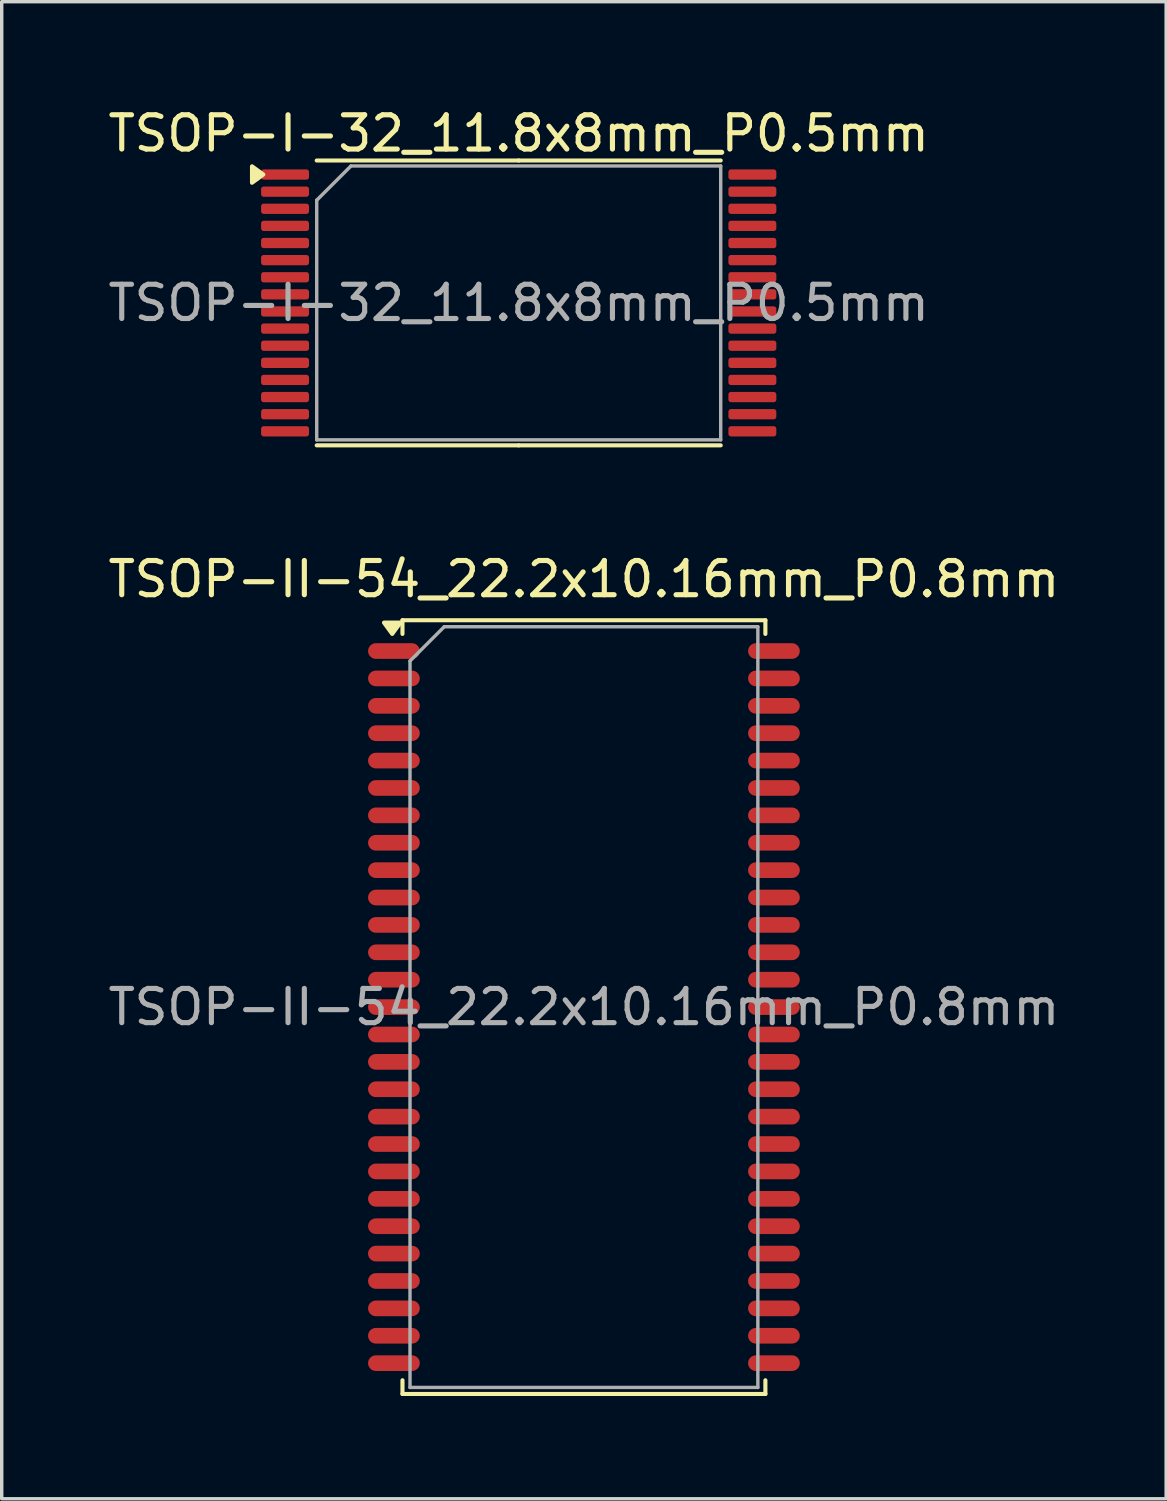
<source format=kicad_pcb>
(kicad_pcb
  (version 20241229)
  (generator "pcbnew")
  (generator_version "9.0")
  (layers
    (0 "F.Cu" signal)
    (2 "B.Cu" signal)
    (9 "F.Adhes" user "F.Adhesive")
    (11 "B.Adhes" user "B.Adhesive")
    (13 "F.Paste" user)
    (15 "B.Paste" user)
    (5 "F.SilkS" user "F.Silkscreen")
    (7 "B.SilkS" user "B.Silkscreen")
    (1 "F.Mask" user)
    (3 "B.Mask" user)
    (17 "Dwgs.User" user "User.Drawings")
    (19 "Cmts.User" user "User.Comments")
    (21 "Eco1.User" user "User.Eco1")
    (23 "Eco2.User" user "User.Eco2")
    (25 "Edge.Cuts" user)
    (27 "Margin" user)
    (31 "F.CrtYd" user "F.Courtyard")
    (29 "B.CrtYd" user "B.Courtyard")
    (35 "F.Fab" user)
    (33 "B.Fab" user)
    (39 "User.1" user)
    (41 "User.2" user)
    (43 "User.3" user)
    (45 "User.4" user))
  (footprint "TSOP-II-54_22.2x10.16mm_P0.8mm"
    (layer "F.Cu")
    (at 14.006 26.366)
    (property "Reference" "TSOP-II-54_22.2x10.16mm_P0.8mm" (at 0 -12.5 0) (layer "F.SilkS") (effects (font (size 1 1) (thickness 0.15))))
    (attr smd)
    (fp_line (start -5.3 -11.3) (end 5.3 -11.3) (stroke (width 0.12) (type solid)) (layer "F.SilkS"))
    (fp_line (start -5.3 -10.9) (end -5.3 -11.3) (stroke (width 0.12) (type solid)) (layer "F.SilkS"))
    (fp_line (start -5.3 10.9) (end -5.3 11.3) (stroke (width 0.12) (type solid)) (layer "F.SilkS"))
    (fp_line (start -5.3 11.3) (end 5.3 11.3) (stroke (width 0.12) (type solid)) (layer "F.SilkS"))
    (fp_line (start 5.3 -11.3) (end 5.3 -10.9) (stroke (width 0.12) (type solid)) (layer "F.SilkS"))
    (fp_line (start 5.3 10.9) (end 5.3 11.3) (stroke (width 0.12) (type solid)) (layer "F.SilkS"))
    (fp_poly (pts (xy -5.6 -10.9) (xy -5.84 -11.23) (xy -5.36 -11.23) (xy -5.6 -10.9)) (stroke (width 0.12) (type solid)) (fill yes) (layer "F.SilkS"))
    (fp_line (start -5.08 11.11) (end -5.08 -10.11) (stroke (width 0.1) (type solid)) (layer "F.Fab"))
    (fp_line (start -4.08 -11.11) (end -5.08 -10.11) (stroke (width 0.1) (type solid)) (layer "F.Fab"))
    (fp_line (start -4.08 -11.11) (end 5.08 -11.11) (stroke (width 0.1) (type solid)) (layer "F.Fab"))
    (fp_line (start 5.08 -11.11) (end 5.08 11.11) (stroke (width 0.1) (type solid)) (layer "F.Fab"))
    (fp_line (start 5.08 11.11) (end -5.08 11.11) (stroke (width 0.1) (type solid)) (layer "F.Fab"))
    (fp_text user "${REFERENCE}" (at 0 0 0) (layer "F.Fab") (effects (font (size 1 1) (thickness 0.15))))
    (pad "1" smd oval (at -5.55 -10.4) (size 1.51 0.458) (layers "F.Cu" "F.Mask" "F.Paste"))
    (pad "2" smd oval (at -5.55 -9.6) (size 1.51 0.458) (layers "F.Cu" "F.Mask" "F.Paste"))
    (pad "3" smd oval (at -5.55 -8.8) (size 1.51 0.458) (layers "F.Cu" "F.Mask" "F.Paste"))
    (pad "4" smd oval (at -5.55 -8) (size 1.51 0.458) (layers "F.Cu" "F.Mask" "F.Paste"))
    (pad "5" smd oval (at -5.55 -7.2) (size 1.51 0.458) (layers "F.Cu" "F.Mask" "F.Paste"))
    (pad "6" smd oval (at -5.55 -6.4) (size 1.51 0.458) (layers "F.Cu" "F.Mask" "F.Paste"))
    (pad "7" smd oval (at -5.55 -5.6) (size 1.51 0.458) (layers "F.Cu" "F.Mask" "F.Paste"))
    (pad "8" smd oval (at -5.55 -4.8) (size 1.51 0.458) (layers "F.Cu" "F.Mask" "F.Paste"))
    (pad "9" smd oval (at -5.55 -4) (size 1.51 0.458) (layers "F.Cu" "F.Mask" "F.Paste"))
    (pad "10" smd oval (at -5.55 -3.2) (size 1.51 0.458) (layers "F.Cu" "F.Mask" "F.Paste"))
    (pad "11" smd oval (at -5.55 -2.4) (size 1.51 0.458) (layers "F.Cu" "F.Mask" "F.Paste"))
    (pad "12" smd oval (at -5.55 -1.6) (size 1.51 0.458) (layers "F.Cu" "F.Mask" "F.Paste"))
    (pad "13" smd oval (at -5.55 -0.8) (size 1.51 0.458) (layers "F.Cu" "F.Mask" "F.Paste"))
    (pad "14" smd oval (at -5.55 0) (size 1.51 0.458) (layers "F.Cu" "F.Mask" "F.Paste"))
    (pad "15" smd oval (at -5.55 0.8) (size 1.51 0.458) (layers "F.Cu" "F.Mask" "F.Paste"))
    (pad "16" smd oval (at -5.55 1.6) (size 1.51 0.458) (layers "F.Cu" "F.Mask" "F.Paste"))
    (pad "17" smd oval (at -5.55 2.4) (size 1.51 0.458) (layers "F.Cu" "F.Mask" "F.Paste"))
    (pad "18" smd oval (at -5.55 3.2) (size 1.51 0.458) (layers "F.Cu" "F.Mask" "F.Paste"))
    (pad "19" smd oval (at -5.55 4) (size 1.51 0.458) (layers "F.Cu" "F.Mask" "F.Paste"))
    (pad "20" smd oval (at -5.55 4.8) (size 1.51 0.458) (layers "F.Cu" "F.Mask" "F.Paste"))
    (pad "21" smd oval (at -5.55 5.6) (size 1.51 0.458) (layers "F.Cu" "F.Mask" "F.Paste"))
    (pad "22" smd oval (at -5.55 6.4) (size 1.51 0.458) (layers "F.Cu" "F.Mask" "F.Paste"))
    (pad "23" smd oval (at -5.55 7.2) (size 1.51 0.458) (layers "F.Cu" "F.Mask" "F.Paste"))
    (pad "24" smd oval (at -5.55 8) (size 1.51 0.458) (layers "F.Cu" "F.Mask" "F.Paste"))
    (pad "25" smd oval (at -5.55 8.8) (size 1.51 0.458) (layers "F.Cu" "F.Mask" "F.Paste"))
    (pad "26" smd oval (at -5.55 9.6) (size 1.51 0.458) (layers "F.Cu" "F.Mask" "F.Paste"))
    (pad "27" smd oval (at -5.55 10.4) (size 1.51 0.458) (layers "F.Cu" "F.Mask" "F.Paste"))
    (pad "28" smd oval (at 5.55 10.4) (size 1.51 0.458) (layers "F.Cu" "F.Mask" "F.Paste"))
    (pad "29" smd oval (at 5.55 9.6) (size 1.51 0.458) (layers "F.Cu" "F.Mask" "F.Paste"))
    (pad "30" smd oval (at 5.55 8.8) (size 1.51 0.458) (layers "F.Cu" "F.Mask" "F.Paste"))
    (pad "31" smd oval (at 5.55 8) (size 1.51 0.458) (layers "F.Cu" "F.Mask" "F.Paste"))
    (pad "32" smd oval (at 5.55 7.2) (size 1.51 0.458) (layers "F.Cu" "F.Mask" "F.Paste"))
    (pad "33" smd oval (at 5.55 6.4) (size 1.51 0.458) (layers "F.Cu" "F.Mask" "F.Paste"))
    (pad "34" smd oval (at 5.55 5.6) (size 1.51 0.458) (layers "F.Cu" "F.Mask" "F.Paste"))
    (pad "35" smd oval (at 5.55 4.8) (size 1.51 0.458) (layers "F.Cu" "F.Mask" "F.Paste"))
    (pad "36" smd oval (at 5.55 4) (size 1.51 0.458) (layers "F.Cu" "F.Mask" "F.Paste"))
    (pad "37" smd oval (at 5.55 3.2) (size 1.51 0.458) (layers "F.Cu" "F.Mask" "F.Paste"))
    (pad "38" smd oval (at 5.55 2.4) (size 1.51 0.458) (layers "F.Cu" "F.Mask" "F.Paste"))
    (pad "39" smd oval (at 5.55 1.6) (size 1.51 0.458) (layers "F.Cu" "F.Mask" "F.Paste"))
    (pad "40" smd oval (at 5.55 0.8) (size 1.51 0.458) (layers "F.Cu" "F.Mask" "F.Paste"))
    (pad "41" smd oval (at 5.55 0) (size 1.51 0.458) (layers "F.Cu" "F.Mask" "F.Paste"))
    (pad "42" smd oval (at 5.55 -0.8) (size 1.51 0.458) (layers "F.Cu" "F.Mask" "F.Paste"))
    (pad "43" smd oval (at 5.55 -1.6) (size 1.51 0.458) (layers "F.Cu" "F.Mask" "F.Paste"))
    (pad "44" smd oval (at 5.55 -2.4) (size 1.51 0.458) (layers "F.Cu" "F.Mask" "F.Paste"))
    (pad "45" smd oval (at 5.55 -3.2) (size 1.51 0.458) (layers "F.Cu" "F.Mask" "F.Paste"))
    (pad "46" smd oval (at 5.55 -4) (size 1.51 0.458) (layers "F.Cu" "F.Mask" "F.Paste"))
    (pad "47" smd oval (at 5.55 -4.8) (size 1.51 0.458) (layers "F.Cu" "F.Mask" "F.Paste"))
    (pad "48" smd oval (at 5.55 -5.6) (size 1.51 0.458) (layers "F.Cu" "F.Mask" "F.Paste"))
    (pad "49" smd oval (at 5.55 -6.4) (size 1.51 0.458) (layers "F.Cu" "F.Mask" "F.Paste"))
    (pad "50" smd oval (at 5.55 -7.2) (size 1.51 0.458) (layers "F.Cu" "F.Mask" "F.Paste"))
    (pad "51" smd oval (at 5.55 -8) (size 1.51 0.458) (layers "F.Cu" "F.Mask" "F.Paste"))
    (pad "52" smd oval (at 5.55 -8.8) (size 1.51 0.458) (layers "F.Cu" "F.Mask" "F.Paste"))
    (pad "53" smd oval (at 5.55 -9.6) (size 1.51 0.458) (layers "F.Cu" "F.Mask" "F.Paste"))
    (pad "54" smd oval (at 5.55 -10.4) (size 1.51 0.458) (layers "F.Cu" "F.Mask" "F.Paste")))
  (footprint "TSOP-I-32_11.8x8mm_P0.5mm"
    (layer "F.Cu")
    (at 12.101 5.798)
    (property "Reference" "TSOP-I-32_11.8x8mm_P0.5mm" (at 0 -4.95 0) (layer "F.SilkS") (effects (font (size 1 1) (thickness 0.15))))
    (attr smd)
    (fp_line (start 0 -4.16) (end -5.9 -4.16) (stroke (width 0.12) (type solid)) (layer "F.SilkS"))
    (fp_line (start 0 -4.16) (end 5.9 -4.16) (stroke (width 0.12) (type solid)) (layer "F.SilkS"))
    (fp_line (start 0 4.16) (end -5.9 4.16) (stroke (width 0.12) (type solid)) (layer "F.SilkS"))
    (fp_line (start 0 4.16) (end 5.9 4.16) (stroke (width 0.12) (type solid)) (layer "F.SilkS"))
    (fp_poly (pts (xy -7.46 -3.75) (xy -7.79 -3.99) (xy -7.79 -3.51) (xy -7.46 -3.75)) (stroke (width 0.12) (type solid)) (fill yes) (layer "F.SilkS"))
    (fp_line (start -5.9 -3) (end -4.9 -4) (stroke (width 0.1) (type solid)) (layer "F.Fab"))
    (fp_line (start -5.9 4) (end -5.9 -3) (stroke (width 0.1) (type solid)) (layer "F.Fab"))
    (fp_line (start -4.9 -4) (end 5.9 -4) (stroke (width 0.1) (type solid)) (layer "F.Fab"))
    (fp_line (start 5.9 -4) (end 5.9 4) (stroke (width 0.1) (type solid)) (layer "F.Fab"))
    (fp_line (start 5.9 4) (end -5.9 4) (stroke (width 0.1) (type solid)) (layer "F.Fab"))
    (fp_text user "${REFERENCE}" (at 0 0 0) (layer "F.Fab") (effects (font (size 1 1) (thickness 0.15))))
    (pad "1" smd roundrect (at -6.825 -3.75) (size 1.4 0.3) (layers "F.Cu" "F.Mask" "F.Paste") (roundrect_rratio 0.25))
    (pad "2" smd roundrect (at -6.825 -3.25) (size 1.4 0.3) (layers "F.Cu" "F.Mask" "F.Paste") (roundrect_rratio 0.25))
    (pad "3" smd roundrect (at -6.825 -2.75) (size 1.4 0.3) (layers "F.Cu" "F.Mask" "F.Paste") (roundrect_rratio 0.25))
    (pad "4" smd roundrect (at -6.825 -2.25) (size 1.4 0.3) (layers "F.Cu" "F.Mask" "F.Paste") (roundrect_rratio 0.25))
    (pad "5" smd roundrect (at -6.825 -1.75) (size 1.4 0.3) (layers "F.Cu" "F.Mask" "F.Paste") (roundrect_rratio 0.25))
    (pad "6" smd roundrect (at -6.825 -1.25) (size 1.4 0.3) (layers "F.Cu" "F.Mask" "F.Paste") (roundrect_rratio 0.25))
    (pad "7" smd roundrect (at -6.825 -0.75) (size 1.4 0.3) (layers "F.Cu" "F.Mask" "F.Paste") (roundrect_rratio 0.25))
    (pad "8" smd roundrect (at -6.825 -0.25) (size 1.4 0.3) (layers "F.Cu" "F.Mask" "F.Paste") (roundrect_rratio 0.25))
    (pad "9" smd roundrect (at -6.825 0.25) (size 1.4 0.3) (layers "F.Cu" "F.Mask" "F.Paste") (roundrect_rratio 0.25))
    (pad "10" smd roundrect (at -6.825 0.75) (size 1.4 0.3) (layers "F.Cu" "F.Mask" "F.Paste") (roundrect_rratio 0.25))
    (pad "11" smd roundrect (at -6.825 1.25) (size 1.4 0.3) (layers "F.Cu" "F.Mask" "F.Paste") (roundrect_rratio 0.25))
    (pad "12" smd roundrect (at -6.825 1.75) (size 1.4 0.3) (layers "F.Cu" "F.Mask" "F.Paste") (roundrect_rratio 0.25))
    (pad "13" smd roundrect (at -6.825 2.25) (size 1.4 0.3) (layers "F.Cu" "F.Mask" "F.Paste") (roundrect_rratio 0.25))
    (pad "14" smd roundrect (at -6.825 2.75) (size 1.4 0.3) (layers "F.Cu" "F.Mask" "F.Paste") (roundrect_rratio 0.25))
    (pad "15" smd roundrect (at -6.825 3.25) (size 1.4 0.3) (layers "F.Cu" "F.Mask" "F.Paste") (roundrect_rratio 0.25))
    (pad "16" smd roundrect (at -6.825 3.75) (size 1.4 0.3) (layers "F.Cu" "F.Mask" "F.Paste") (roundrect_rratio 0.25))
    (pad "17" smd roundrect (at 6.825 3.75) (size 1.4 0.3) (layers "F.Cu" "F.Mask" "F.Paste") (roundrect_rratio 0.25))
    (pad "18" smd roundrect (at 6.825 3.25) (size 1.4 0.3) (layers "F.Cu" "F.Mask" "F.Paste") (roundrect_rratio 0.25))
    (pad "19" smd roundrect (at 6.825 2.75) (size 1.4 0.3) (layers "F.Cu" "F.Mask" "F.Paste") (roundrect_rratio 0.25))
    (pad "20" smd roundrect (at 6.825 2.25) (size 1.4 0.3) (layers "F.Cu" "F.Mask" "F.Paste") (roundrect_rratio 0.25))
    (pad "21" smd roundrect (at 6.825 1.75) (size 1.4 0.3) (layers "F.Cu" "F.Mask" "F.Paste") (roundrect_rratio 0.25))
    (pad "22" smd roundrect (at 6.825 1.25) (size 1.4 0.3) (layers "F.Cu" "F.Mask" "F.Paste") (roundrect_rratio 0.25))
    (pad "23" smd roundrect (at 6.825 0.75) (size 1.4 0.3) (layers "F.Cu" "F.Mask" "F.Paste") (roundrect_rratio 0.25))
    (pad "24" smd roundrect (at 6.825 0.25) (size 1.4 0.3) (layers "F.Cu" "F.Mask" "F.Paste") (roundrect_rratio 0.25))
    (pad "25" smd roundrect (at 6.825 -0.25) (size 1.4 0.3) (layers "F.Cu" "F.Mask" "F.Paste") (roundrect_rratio 0.25))
    (pad "26" smd roundrect (at 6.825 -0.75) (size 1.4 0.3) (layers "F.Cu" "F.Mask" "F.Paste") (roundrect_rratio 0.25))
    (pad "27" smd roundrect (at 6.825 -1.25) (size 1.4 0.3) (layers "F.Cu" "F.Mask" "F.Paste") (roundrect_rratio 0.25))
    (pad "28" smd roundrect (at 6.825 -1.75) (size 1.4 0.3) (layers "F.Cu" "F.Mask" "F.Paste") (roundrect_rratio 0.25))
    (pad "29" smd roundrect (at 6.825 -2.25) (size 1.4 0.3) (layers "F.Cu" "F.Mask" "F.Paste") (roundrect_rratio 0.25))
    (pad "30" smd roundrect (at 6.825 -2.75) (size 1.4 0.3) (layers "F.Cu" "F.Mask" "F.Paste") (roundrect_rratio 0.25))
    (pad "31" smd roundrect (at 6.825 -3.25) (size 1.4 0.3) (layers "F.Cu" "F.Mask" "F.Paste") (roundrect_rratio 0.25))
    (pad "32" smd roundrect (at 6.825 -3.75) (size 1.4 0.3) (layers "F.Cu" "F.Mask" "F.Paste") (roundrect_rratio 0.25)))
  (gr_rect
    (start -3 -3)
    (end 31.012 40.727)
    (stroke (width 0.1) (type default))
    (fill no)
    (layer "Edge.Cuts")))
</source>
